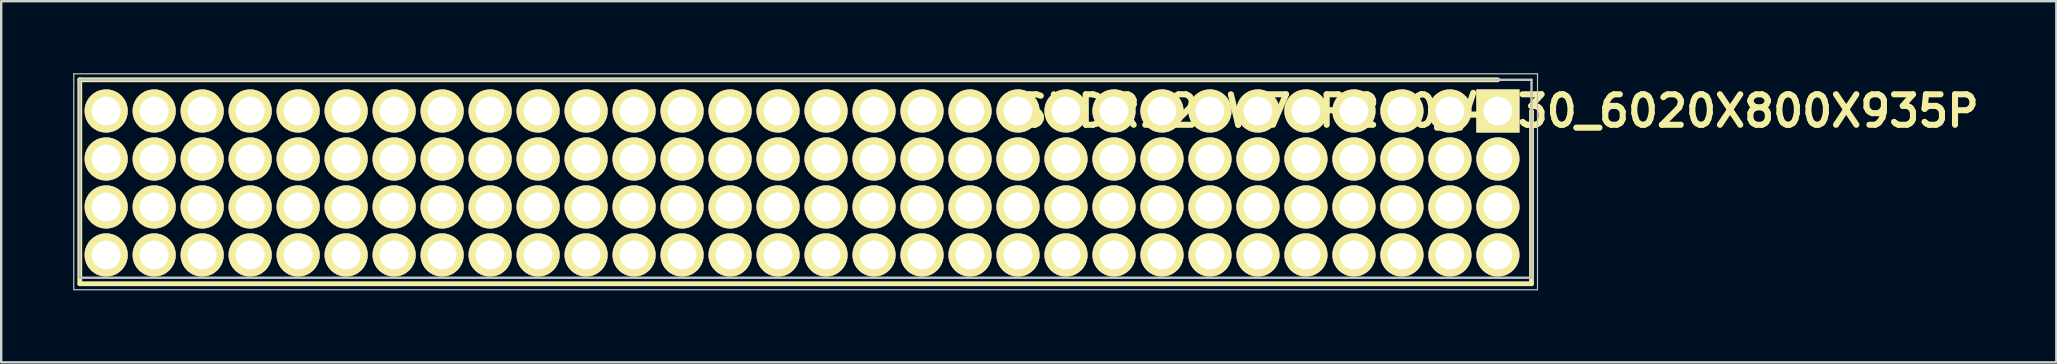
<source format=kicad_pcb>
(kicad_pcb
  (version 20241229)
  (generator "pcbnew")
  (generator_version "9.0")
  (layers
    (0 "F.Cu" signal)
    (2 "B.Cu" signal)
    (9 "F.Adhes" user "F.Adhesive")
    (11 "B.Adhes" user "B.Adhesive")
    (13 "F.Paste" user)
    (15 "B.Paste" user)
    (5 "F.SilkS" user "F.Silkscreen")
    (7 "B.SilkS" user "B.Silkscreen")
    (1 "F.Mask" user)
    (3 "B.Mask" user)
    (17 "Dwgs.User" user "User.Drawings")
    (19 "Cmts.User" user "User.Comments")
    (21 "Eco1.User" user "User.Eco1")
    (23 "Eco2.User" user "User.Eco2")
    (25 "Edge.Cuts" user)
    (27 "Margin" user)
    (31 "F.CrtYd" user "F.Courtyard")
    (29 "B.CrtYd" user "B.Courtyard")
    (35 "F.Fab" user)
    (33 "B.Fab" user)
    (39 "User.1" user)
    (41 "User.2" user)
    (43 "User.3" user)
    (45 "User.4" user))
  (footprint "SHDR120W70P200_4X30_6020X800X935P"
    (layer "F.Cu")
    (at 59.375 1.575)
    (property "Reference" "SHDR120W70P200_4X30_6020X800X935P" (at 0 0 0) (layer "F.SilkS") (effects (font (size 1.27 1.27) (thickness 0.254))))
    (attr through_hole)
    (fp_line (start -59.1 -1.3) (end -59.1 7.2) (stroke (width 0.2) (type solid)) (layer "F.SilkS"))
    (fp_line (start -59.1 7.2) (end 1.4 7.2) (stroke (width 0.2) (type solid)) (layer "F.SilkS"))
    (fp_line (start 0 -1.3) (end -59.1 -1.3) (stroke (width 0.2) (type solid)) (layer "F.SilkS"))
    (fp_line (start 1.4 7.2) (end 1.4 0) (stroke (width 0.2) (type solid)) (layer "F.SilkS"))
    (fp_line (start -59.35 -1.55) (end -59.35 7.45) (stroke (width 0.05) (type solid)) (layer "Dwgs.User"))
    (fp_line (start -59.35 7.45) (end 1.65 7.45) (stroke (width 0.05) (type solid)) (layer "Dwgs.User"))
    (fp_line (start -59.1 -1.3) (end -59.1 6.95) (stroke (width 0.1) (type solid)) (layer "Dwgs.User"))
    (fp_line (start -59.1 6.95) (end 1.4 6.95) (stroke (width 0.1) (type solid)) (layer "Dwgs.User"))
    (fp_line (start 1.4 -1.3) (end -59.1 -1.3) (stroke (width 0.1) (type solid)) (layer "Dwgs.User"))
    (fp_line (start 1.4 6.95) (end 1.4 -1.3) (stroke (width 0.1) (type solid)) (layer "Dwgs.User"))
    (fp_line (start 1.65 -1.55) (end -59.35 -1.55) (stroke (width 0.05) (type solid)) (layer "Dwgs.User"))
    (fp_line (start 1.65 7.45) (end 1.65 -1.55) (stroke (width 0.05) (type solid)) (layer "Dwgs.User"))
    (pad "1" thru_hole rect (at 0 0 90) (size 1.8 1.8) (drill 1.2) (layers "*.Cu" "*.Mask" "F.SilkS"))
    (pad "2" thru_hole circle (at -2 0 90) (size 1.8 1.8) (drill 1.2) (layers "*.Cu" "*.Mask" "F.SilkS"))
    (pad "3" thru_hole circle (at -4 0 90) (size 1.8 1.8) (drill 1.2) (layers "*.Cu" "*.Mask" "F.SilkS"))
    (pad "4" thru_hole circle (at -6 0 90) (size 1.8 1.8) (drill 1.2) (layers "*.Cu" "*.Mask" "F.SilkS"))
    (pad "5" thru_hole circle (at -8 0 90) (size 1.8 1.8) (drill 1.2) (layers "*.Cu" "*.Mask" "F.SilkS"))
    (pad "6" thru_hole circle (at -10 0 90) (size 1.8 1.8) (drill 1.2) (layers "*.Cu" "*.Mask" "F.SilkS"))
    (pad "7" thru_hole circle (at -12 0 90) (size 1.8 1.8) (drill 1.2) (layers "*.Cu" "*.Mask" "F.SilkS"))
    (pad "8" thru_hole circle (at -14 0 90) (size 1.8 1.8) (drill 1.2) (layers "*.Cu" "*.Mask" "F.SilkS"))
    (pad "9" thru_hole circle (at -16 0 90) (size 1.8 1.8) (drill 1.2) (layers "*.Cu" "*.Mask" "F.SilkS"))
    (pad "10" thru_hole circle (at -18 0 90) (size 1.8 1.8) (drill 1.2) (layers "*.Cu" "*.Mask" "F.SilkS"))
    (pad "11" thru_hole circle (at -20 0 90) (size 1.8 1.8) (drill 1.2) (layers "*.Cu" "*.Mask" "F.SilkS"))
    (pad "12" thru_hole circle (at -22 0 90) (size 1.8 1.8) (drill 1.2) (layers "*.Cu" "*.Mask" "F.SilkS"))
    (pad "13" thru_hole circle (at -24 0 90) (size 1.8 1.8) (drill 1.2) (layers "*.Cu" "*.Mask" "F.SilkS"))
    (pad "14" thru_hole circle (at -26 0 90) (size 1.8 1.8) (drill 1.2) (layers "*.Cu" "*.Mask" "F.SilkS"))
    (pad "15" thru_hole circle (at -28 0 90) (size 1.8 1.8) (drill 1.2) (layers "*.Cu" "*.Mask" "F.SilkS"))
    (pad "16" thru_hole circle (at -30 0 90) (size 1.8 1.8) (drill 1.2) (layers "*.Cu" "*.Mask" "F.SilkS"))
    (pad "17" thru_hole circle (at -32 0 90) (size 1.8 1.8) (drill 1.2) (layers "*.Cu" "*.Mask" "F.SilkS"))
    (pad "18" thru_hole circle (at -34 0 90) (size 1.8 1.8) (drill 1.2) (layers "*.Cu" "*.Mask" "F.SilkS"))
    (pad "19" thru_hole circle (at -36 0 90) (size 1.8 1.8) (drill 1.2) (layers "*.Cu" "*.Mask" "F.SilkS"))
    (pad "20" thru_hole circle (at -38 0 90) (size 1.8 1.8) (drill 1.2) (layers "*.Cu" "*.Mask" "F.SilkS"))
    (pad "21" thru_hole circle (at -40 0 90) (size 1.8 1.8) (drill 1.2) (layers "*.Cu" "*.Mask" "F.SilkS"))
    (pad "22" thru_hole circle (at -42 0 90) (size 1.8 1.8) (drill 1.2) (layers "*.Cu" "*.Mask" "F.SilkS"))
    (pad "23" thru_hole circle (at -44 0 90) (size 1.8 1.8) (drill 1.2) (layers "*.Cu" "*.Mask" "F.SilkS"))
    (pad "24" thru_hole circle (at -46 0 90) (size 1.8 1.8) (drill 1.2) (layers "*.Cu" "*.Mask" "F.SilkS"))
    (pad "25" thru_hole circle (at -48 0 90) (size 1.8 1.8) (drill 1.2) (layers "*.Cu" "*.Mask" "F.SilkS"))
    (pad "26" thru_hole circle (at -50 0 90) (size 1.8 1.8) (drill 1.2) (layers "*.Cu" "*.Mask" "F.SilkS"))
    (pad "27" thru_hole circle (at -52 0 90) (size 1.8 1.8) (drill 1.2) (layers "*.Cu" "*.Mask" "F.SilkS"))
    (pad "28" thru_hole circle (at -54 0 90) (size 1.8 1.8) (drill 1.2) (layers "*.Cu" "*.Mask" "F.SilkS"))
    (pad "29" thru_hole circle (at -56 0 90) (size 1.8 1.8) (drill 1.2) (layers "*.Cu" "*.Mask" "F.SilkS"))
    (pad "30" thru_hole circle (at -58 0 90) (size 1.8 1.8) (drill 1.2) (layers "*.Cu" "*.Mask" "F.SilkS"))
    (pad "31" thru_hole circle (at 0 2 90) (size 1.8 1.8) (drill 1.2) (layers "*.Cu" "*.Mask" "F.SilkS"))
    (pad "32" thru_hole circle (at -2 2 90) (size 1.8 1.8) (drill 1.2) (layers "*.Cu" "*.Mask" "F.SilkS"))
    (pad "33" thru_hole circle (at -4 2 90) (size 1.8 1.8) (drill 1.2) (layers "*.Cu" "*.Mask" "F.SilkS"))
    (pad "34" thru_hole circle (at -6 2 90) (size 1.8 1.8) (drill 1.2) (layers "*.Cu" "*.Mask" "F.SilkS"))
    (pad "35" thru_hole circle (at -8 2 90) (size 1.8 1.8) (drill 1.2) (layers "*.Cu" "*.Mask" "F.SilkS"))
    (pad "36" thru_hole circle (at -10 2 90) (size 1.8 1.8) (drill 1.2) (layers "*.Cu" "*.Mask" "F.SilkS"))
    (pad "37" thru_hole circle (at -12 2 90) (size 1.8 1.8) (drill 1.2) (layers "*.Cu" "*.Mask" "F.SilkS"))
    (pad "38" thru_hole circle (at -14 2 90) (size 1.8 1.8) (drill 1.2) (layers "*.Cu" "*.Mask" "F.SilkS"))
    (pad "39" thru_hole circle (at -16 2 90) (size 1.8 1.8) (drill 1.2) (layers "*.Cu" "*.Mask" "F.SilkS"))
    (pad "40" thru_hole circle (at -18 2 90) (size 1.8 1.8) (drill 1.2) (layers "*.Cu" "*.Mask" "F.SilkS"))
    (pad "41" thru_hole circle (at -20 2 90) (size 1.8 1.8) (drill 1.2) (layers "*.Cu" "*.Mask" "F.SilkS"))
    (pad "42" thru_hole circle (at -22 2 90) (size 1.8 1.8) (drill 1.2) (layers "*.Cu" "*.Mask" "F.SilkS"))
    (pad "43" thru_hole circle (at -24 2 90) (size 1.8 1.8) (drill 1.2) (layers "*.Cu" "*.Mask" "F.SilkS"))
    (pad "44" thru_hole circle (at -26 2 90) (size 1.8 1.8) (drill 1.2) (layers "*.Cu" "*.Mask" "F.SilkS"))
    (pad "45" thru_hole circle (at -28 2 90) (size 1.8 1.8) (drill 1.2) (layers "*.Cu" "*.Mask" "F.SilkS"))
    (pad "46" thru_hole circle (at -30 2 90) (size 1.8 1.8) (drill 1.2) (layers "*.Cu" "*.Mask" "F.SilkS"))
    (pad "47" thru_hole circle (at -32 2 90) (size 1.8 1.8) (drill 1.2) (layers "*.Cu" "*.Mask" "F.SilkS"))
    (pad "48" thru_hole circle (at -34 2 90) (size 1.8 1.8) (drill 1.2) (layers "*.Cu" "*.Mask" "F.SilkS"))
    (pad "49" thru_hole circle (at -36 2 90) (size 1.8 1.8) (drill 1.2) (layers "*.Cu" "*.Mask" "F.SilkS"))
    (pad "50" thru_hole circle (at -38 2 90) (size 1.8 1.8) (drill 1.2) (layers "*.Cu" "*.Mask" "F.SilkS"))
    (pad "51" thru_hole circle (at -40 2 90) (size 1.8 1.8) (drill 1.2) (layers "*.Cu" "*.Mask" "F.SilkS"))
    (pad "52" thru_hole circle (at -42 2 90) (size 1.8 1.8) (drill 1.2) (layers "*.Cu" "*.Mask" "F.SilkS"))
    (pad "53" thru_hole circle (at -44 2 90) (size 1.8 1.8) (drill 1.2) (layers "*.Cu" "*.Mask" "F.SilkS"))
    (pad "54" thru_hole circle (at -46 2 90) (size 1.8 1.8) (drill 1.2) (layers "*.Cu" "*.Mask" "F.SilkS"))
    (pad "55" thru_hole circle (at -48 2 90) (size 1.8 1.8) (drill 1.2) (layers "*.Cu" "*.Mask" "F.SilkS"))
    (pad "56" thru_hole circle (at -50 2 90) (size 1.8 1.8) (drill 1.2) (layers "*.Cu" "*.Mask" "F.SilkS"))
    (pad "57" thru_hole circle (at -52 2 90) (size 1.8 1.8) (drill 1.2) (layers "*.Cu" "*.Mask" "F.SilkS"))
    (pad "58" thru_hole circle (at -54 2 90) (size 1.8 1.8) (drill 1.2) (layers "*.Cu" "*.Mask" "F.SilkS"))
    (pad "59" thru_hole circle (at -56 2 90) (size 1.8 1.8) (drill 1.2) (layers "*.Cu" "*.Mask" "F.SilkS"))
    (pad "60" thru_hole circle (at -58 2 90) (size 1.8 1.8) (drill 1.2) (layers "*.Cu" "*.Mask" "F.SilkS"))
    (pad "61" thru_hole circle (at 0 4 90) (size 1.8 1.8) (drill 1.2) (layers "*.Cu" "*.Mask" "F.SilkS"))
    (pad "62" thru_hole circle (at -2 4 90) (size 1.8 1.8) (drill 1.2) (layers "*.Cu" "*.Mask" "F.SilkS"))
    (pad "63" thru_hole circle (at -4 4 90) (size 1.8 1.8) (drill 1.2) (layers "*.Cu" "*.Mask" "F.SilkS"))
    (pad "64" thru_hole circle (at -6 4 90) (size 1.8 1.8) (drill 1.2) (layers "*.Cu" "*.Mask" "F.SilkS"))
    (pad "65" thru_hole circle (at -8 4 90) (size 1.8 1.8) (drill 1.2) (layers "*.Cu" "*.Mask" "F.SilkS"))
    (pad "66" thru_hole circle (at -10 4 90) (size 1.8 1.8) (drill 1.2) (layers "*.Cu" "*.Mask" "F.SilkS"))
    (pad "67" thru_hole circle (at -12 4 90) (size 1.8 1.8) (drill 1.2) (layers "*.Cu" "*.Mask" "F.SilkS"))
    (pad "68" thru_hole circle (at -14 4 90) (size 1.8 1.8) (drill 1.2) (layers "*.Cu" "*.Mask" "F.SilkS"))
    (pad "69" thru_hole circle (at -16 4 90) (size 1.8 1.8) (drill 1.2) (layers "*.Cu" "*.Mask" "F.SilkS"))
    (pad "70" thru_hole circle (at -18 4 90) (size 1.8 1.8) (drill 1.2) (layers "*.Cu" "*.Mask" "F.SilkS"))
    (pad "71" thru_hole circle (at -20 4 90) (size 1.8 1.8) (drill 1.2) (layers "*.Cu" "*.Mask" "F.SilkS"))
    (pad "72" thru_hole circle (at -22 4 90) (size 1.8 1.8) (drill 1.2) (layers "*.Cu" "*.Mask" "F.SilkS"))
    (pad "73" thru_hole circle (at -24 4 90) (size 1.8 1.8) (drill 1.2) (layers "*.Cu" "*.Mask" "F.SilkS"))
    (pad "74" thru_hole circle (at -26 4 90) (size 1.8 1.8) (drill 1.2) (layers "*.Cu" "*.Mask" "F.SilkS"))
    (pad "75" thru_hole circle (at -28 4 90) (size 1.8 1.8) (drill 1.2) (layers "*.Cu" "*.Mask" "F.SilkS"))
    (pad "76" thru_hole circle (at -30 4 90) (size 1.8 1.8) (drill 1.2) (layers "*.Cu" "*.Mask" "F.SilkS"))
    (pad "77" thru_hole circle (at -32 4 90) (size 1.8 1.8) (drill 1.2) (layers "*.Cu" "*.Mask" "F.SilkS"))
    (pad "78" thru_hole circle (at -34 4 90) (size 1.8 1.8) (drill 1.2) (layers "*.Cu" "*.Mask" "F.SilkS"))
    (pad "79" thru_hole circle (at -36 4 90) (size 1.8 1.8) (drill 1.2) (layers "*.Cu" "*.Mask" "F.SilkS"))
    (pad "80" thru_hole circle (at -38 4 90) (size 1.8 1.8) (drill 1.2) (layers "*.Cu" "*.Mask" "F.SilkS"))
    (pad "81" thru_hole circle (at -40 4 90) (size 1.8 1.8) (drill 1.2) (layers "*.Cu" "*.Mask" "F.SilkS"))
    (pad "82" thru_hole circle (at -42 4 90) (size 1.8 1.8) (drill 1.2) (layers "*.Cu" "*.Mask" "F.SilkS"))
    (pad "83" thru_hole circle (at -44 4 90) (size 1.8 1.8) (drill 1.2) (layers "*.Cu" "*.Mask" "F.SilkS"))
    (pad "84" thru_hole circle (at -46 4 90) (size 1.8 1.8) (drill 1.2) (layers "*.Cu" "*.Mask" "F.SilkS"))
    (pad "85" thru_hole circle (at -48 4 90) (size 1.8 1.8) (drill 1.2) (layers "*.Cu" "*.Mask" "F.SilkS"))
    (pad "86" thru_hole circle (at -50 4 90) (size 1.8 1.8) (drill 1.2) (layers "*.Cu" "*.Mask" "F.SilkS"))
    (pad "87" thru_hole circle (at -52 4 90) (size 1.8 1.8) (drill 1.2) (layers "*.Cu" "*.Mask" "F.SilkS"))
    (pad "88" thru_hole circle (at -54 4 90) (size 1.8 1.8) (drill 1.2) (layers "*.Cu" "*.Mask" "F.SilkS"))
    (pad "89" thru_hole circle (at -56 4 90) (size 1.8 1.8) (drill 1.2) (layers "*.Cu" "*.Mask" "F.SilkS"))
    (pad "90" thru_hole circle (at -58 4 90) (size 1.8 1.8) (drill 1.2) (layers "*.Cu" "*.Mask" "F.SilkS"))
    (pad "91" thru_hole circle (at 0 6 90) (size 1.8 1.8) (drill 1.2) (layers "*.Cu" "*.Mask" "F.SilkS"))
    (pad "92" thru_hole circle (at -2 6 90) (size 1.8 1.8) (drill 1.2) (layers "*.Cu" "*.Mask" "F.SilkS"))
    (pad "93" thru_hole circle (at -4 6 90) (size 1.8 1.8) (drill 1.2) (layers "*.Cu" "*.Mask" "F.SilkS"))
    (pad "94" thru_hole circle (at -6 6 90) (size 1.8 1.8) (drill 1.2) (layers "*.Cu" "*.Mask" "F.SilkS"))
    (pad "95" thru_hole circle (at -8 6 90) (size 1.8 1.8) (drill 1.2) (layers "*.Cu" "*.Mask" "F.SilkS"))
    (pad "96" thru_hole circle (at -10 6 90) (size 1.8 1.8) (drill 1.2) (layers "*.Cu" "*.Mask" "F.SilkS"))
    (pad "97" thru_hole circle (at -12 6 90) (size 1.8 1.8) (drill 1.2) (layers "*.Cu" "*.Mask" "F.SilkS"))
    (pad "98" thru_hole circle (at -14 6 90) (size 1.8 1.8) (drill 1.2) (layers "*.Cu" "*.Mask" "F.SilkS"))
    (pad "99" thru_hole circle (at -16 6 90) (size 1.8 1.8) (drill 1.2) (layers "*.Cu" "*.Mask" "F.SilkS"))
    (pad "100" thru_hole circle (at -18 6 90) (size 1.8 1.8) (drill 1.2) (layers "*.Cu" "*.Mask" "F.SilkS"))
    (pad "101" thru_hole circle (at -20 6 90) (size 1.8 1.8) (drill 1.2) (layers "*.Cu" "*.Mask" "F.SilkS"))
    (pad "102" thru_hole circle (at -22 6 90) (size 1.8 1.8) (drill 1.2) (layers "*.Cu" "*.Mask" "F.SilkS"))
    (pad "103" thru_hole circle (at -24 6 90) (size 1.8 1.8) (drill 1.2) (layers "*.Cu" "*.Mask" "F.SilkS"))
    (pad "104" thru_hole circle (at -26 6 90) (size 1.8 1.8) (drill 1.2) (layers "*.Cu" "*.Mask" "F.SilkS"))
    (pad "105" thru_hole circle (at -28 6 90) (size 1.8 1.8) (drill 1.2) (layers "*.Cu" "*.Mask" "F.SilkS"))
    (pad "106" thru_hole circle (at -30 6 90) (size 1.8 1.8) (drill 1.2) (layers "*.Cu" "*.Mask" "F.SilkS"))
    (pad "107" thru_hole circle (at -32 6 90) (size 1.8 1.8) (drill 1.2) (layers "*.Cu" "*.Mask" "F.SilkS"))
    (pad "108" thru_hole circle (at -34 6 90) (size 1.8 1.8) (drill 1.2) (layers "*.Cu" "*.Mask" "F.SilkS"))
    (pad "109" thru_hole circle (at -36 6 90) (size 1.8 1.8) (drill 1.2) (layers "*.Cu" "*.Mask" "F.SilkS"))
    (pad "110" thru_hole circle (at -38 6 90) (size 1.8 1.8) (drill 1.2) (layers "*.Cu" "*.Mask" "F.SilkS"))
    (pad "111" thru_hole circle (at -40 6 90) (size 1.8 1.8) (drill 1.2) (layers "*.Cu" "*.Mask" "F.SilkS"))
    (pad "112" thru_hole circle (at -42 6 90) (size 1.8 1.8) (drill 1.2) (layers "*.Cu" "*.Mask" "F.SilkS"))
    (pad "113" thru_hole circle (at -44 6 90) (size 1.8 1.8) (drill 1.2) (layers "*.Cu" "*.Mask" "F.SilkS"))
    (pad "114" thru_hole circle (at -46 6 90) (size 1.8 1.8) (drill 1.2) (layers "*.Cu" "*.Mask" "F.SilkS"))
    (pad "115" thru_hole circle (at -48 6 90) (size 1.8 1.8) (drill 1.2) (layers "*.Cu" "*.Mask" "F.SilkS"))
    (pad "116" thru_hole circle (at -50 6 90) (size 1.8 1.8) (drill 1.2) (layers "*.Cu" "*.Mask" "F.SilkS"))
    (pad "117" thru_hole circle (at -52 6 90) (size 1.8 1.8) (drill 1.2) (layers "*.Cu" "*.Mask" "F.SilkS"))
    (pad "118" thru_hole circle (at -54 6 90) (size 1.8 1.8) (drill 1.2) (layers "*.Cu" "*.Mask" "F.SilkS"))
    (pad "119" thru_hole circle (at -56 6 90) (size 1.8 1.8) (drill 1.2) (layers "*.Cu" "*.Mask" "F.SilkS"))
    (pad "120" thru_hole circle (at -58 6 90) (size 1.8 1.8) (drill 1.2) (layers "*.Cu" "*.Mask" "F.SilkS")))
  (gr_rect
    (start -3 -3)
    (end 82.647 12.05)
    (stroke (width 0.1) (type default))
    (fill no)
    (layer "Edge.Cuts")))
</source>
